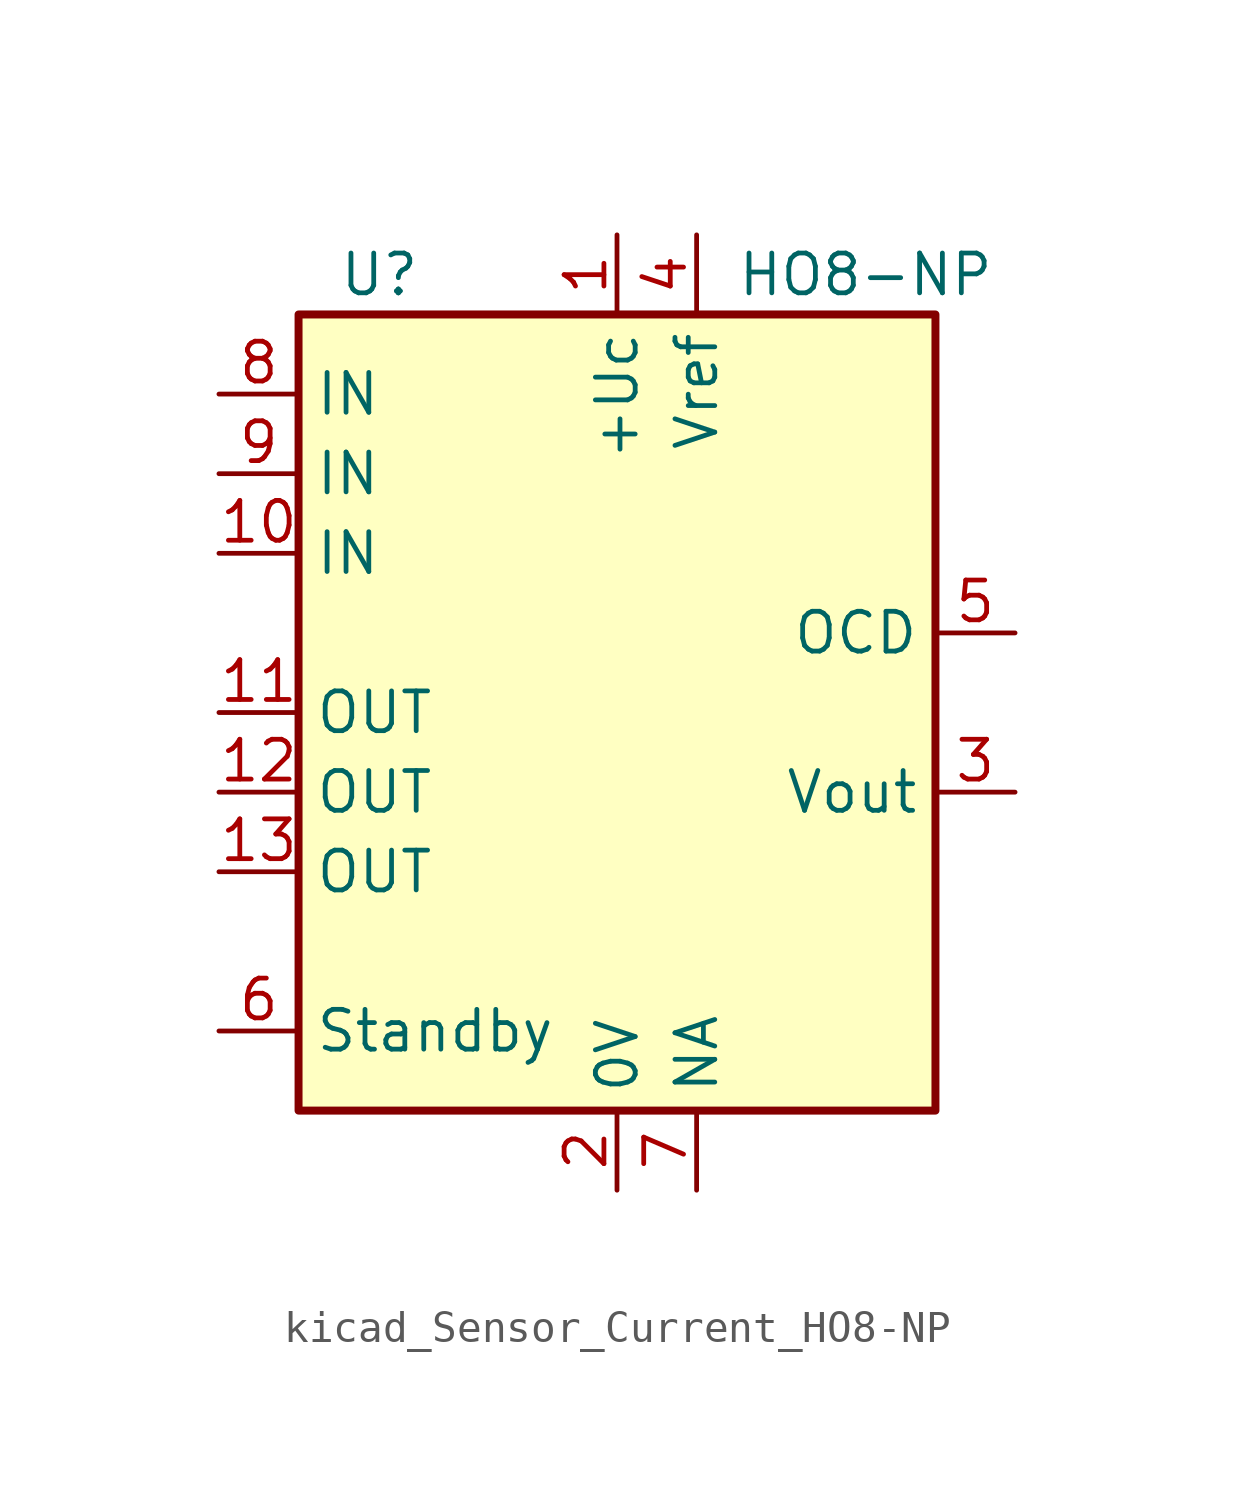
<source format=kicad_sym>
(kicad_symbol_lib
  (version 20220914)
  (generator kicad_symbol_editor)
  (symbol "kicad_Sensor_Current_HO8-NP"
    (property "Reference" "U"
      (at -8.89 13.97 0)
      (effects (font (size 1.27 1.27)) (justify left)))
    (property "Value" "HO8-NP"
      (at 3.81 13.97 0)
      (effects (font (size 1.27 1.27)) (justify left)))
    (symbol "kicad_Sensor_Current_HO8-NP_0_1"
      (rectangle (start -10.16 12.7) (end 10.16 -12.7) (stroke (width 0.254) (type default)) (fill (type background))))
    (symbol "kicad_Sensor_Current_HO8-NP_1_1"
      (pin power_in line (at 0 15.24 270) (length 2.54) (name "+Uc" (effects (font (size 1.27 1.27)))) (number "1" (effects (font (size 1.27 1.27)))))
      (pin passive line (at -12.7 5.08 0) (length 2.54) (name "IN" (effects (font (size 1.27 1.27)))) (number "10" (effects (font (size 1.27 1.27)))))
      (pin passive line (at -12.7 0 0) (length 2.54) (name "OUT" (effects (font (size 1.27 1.27)))) (number "11" (effects (font (size 1.27 1.27)))))
      (pin passive line (at -12.7 -2.54 0) (length 2.54) (name "OUT" (effects (font (size 1.27 1.27)))) (number "12" (effects (font (size 1.27 1.27)))))
      (pin passive line (at -12.7 -5.08 0) (length 2.54) (name "OUT" (effects (font (size 1.27 1.27)))) (number "13" (effects (font (size 1.27 1.27)))))
      (pin power_in line (at 0 -15.24 90) (length 2.54) (name "0V" (effects (font (size 1.27 1.27)))) (number "2" (effects (font (size 1.27 1.27)))))
      (pin output line (at 12.7 -2.54 180) (length 2.54) (name "Vout" (effects (font (size 1.27 1.27)))) (number "3" (effects (font (size 1.27 1.27)))))
      (pin passive line (at 2.54 15.24 270) (length 2.54) (name "Vref" (effects (font (size 1.27 1.27)))) (number "4" (effects (font (size 1.27 1.27)))))
      (pin open_collector line (at 12.7 2.54 180) (length 2.54) (name "OCD" (effects (font (size 1.27 1.27)))) (number "5" (effects (font (size 1.27 1.27)))))
      (pin input line (at -12.7 -10.16 0) (length 2.54) (name "Standby" (effects (font (size 1.27 1.27)))) (number "6" (effects (font (size 1.27 1.27)))))
      (pin passive line (at 2.54 -15.24 90) (length 2.54) (name "NA" (effects (font (size 1.27 1.27)))) (number "7" (effects (font (size 1.27 1.27)))))
      (pin passive line (at -12.7 10.16 0) (length 2.54) (name "IN" (effects (font (size 1.27 1.27)))) (number "8" (effects (font (size 1.27 1.27)))))
      (pin passive line (at -12.7 7.62 0) (length 2.54) (name "IN" (effects (font (size 1.27 1.27)))) (number "9" (effects (font (size 1.27 1.27))))))))
</source>
